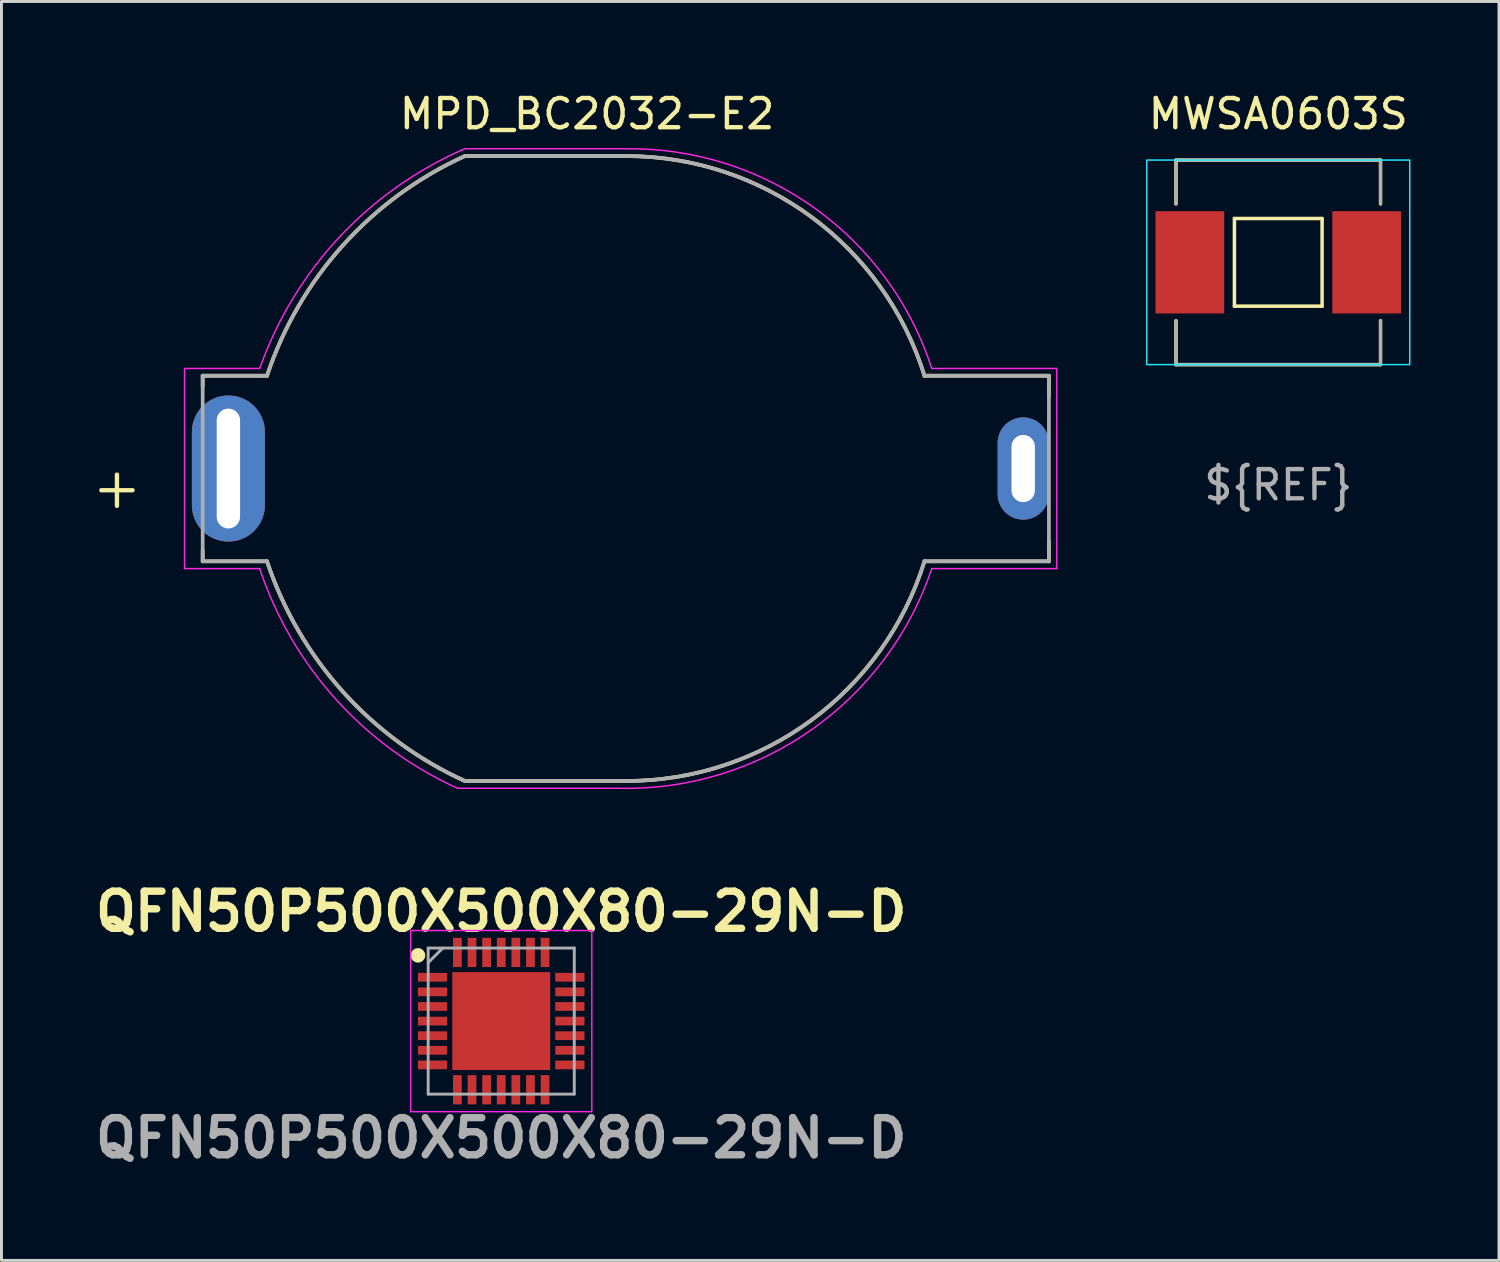
<source format=kicad_pcb>
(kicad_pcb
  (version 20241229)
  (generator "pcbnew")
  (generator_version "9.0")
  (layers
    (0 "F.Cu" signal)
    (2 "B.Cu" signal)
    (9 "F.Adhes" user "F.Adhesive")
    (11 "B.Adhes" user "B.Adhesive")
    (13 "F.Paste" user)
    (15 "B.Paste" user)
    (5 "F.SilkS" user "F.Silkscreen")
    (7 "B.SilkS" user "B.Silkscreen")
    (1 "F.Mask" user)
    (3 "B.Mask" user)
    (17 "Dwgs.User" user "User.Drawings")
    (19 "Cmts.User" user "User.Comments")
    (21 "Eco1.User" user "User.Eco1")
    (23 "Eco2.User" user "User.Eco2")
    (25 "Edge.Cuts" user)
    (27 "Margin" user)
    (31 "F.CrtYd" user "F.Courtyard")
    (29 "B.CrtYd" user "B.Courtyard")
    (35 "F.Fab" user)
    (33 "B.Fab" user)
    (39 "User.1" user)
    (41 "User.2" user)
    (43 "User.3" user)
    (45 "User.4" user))
  (footprint "MWSA0603S"
    (layer "F.Cu")
    (at 40.695 5.928)
    (property "Reference" "MWSA0603S" (at 0 -5.08 0) (unlocked yes) (layer "F.SilkS") (effects (font (size 1 1) (thickness 0.15))))
    (attr smd)
    (fp_line (start -3.5 -3.5) (end 3.5 -3.5) (stroke (width 0.12) (type solid)) (layer "F.SilkS"))
    (fp_line (start -3.5 -2) (end -3.5 -3.5) (stroke (width 0.12) (type solid)) (layer "F.SilkS"))
    (fp_line (start -3.5 2) (end -3.5 3.5) (stroke (width 0.12) (type solid)) (layer "F.SilkS"))
    (fp_line (start -3.5 3.5) (end 3.5 3.5) (stroke (width 0.12) (type solid)) (layer "F.SilkS"))
    (fp_line (start -1.5 -1.5) (end -1.5 1.5) (stroke (width 0.12) (type solid)) (layer "F.SilkS"))
    (fp_line (start -1.5 1.5) (end 1.5 1.5) (stroke (width 0.12) (type solid)) (layer "F.SilkS"))
    (fp_line (start 1.5 -1.5) (end -1.5 -1.5) (stroke (width 0.12) (type solid)) (layer "F.SilkS"))
    (fp_line (start 1.5 1.5) (end 1.5 -1.5) (stroke (width 0.12) (type solid)) (layer "F.SilkS"))
    (fp_line (start 3.5 -3.5) (end 3.5 -2) (stroke (width 0.12) (type solid)) (layer "F.SilkS"))
    (fp_line (start 3.5 3.5) (end 3.5 2) (stroke (width 0.12) (type solid)) (layer "F.SilkS"))
    (fp_rect (start -4.5 -3.5) (end 4.5 3.5) (stroke (width 0.05) (type solid)) (fill no) (layer "B.CrtYd"))
    (fp_line (start -3.5 -3.5) (end 3.5 -3.5) (stroke (width 0.1) (type solid)) (layer "F.Fab"))
    (fp_line (start -3.5 -2) (end -3.5 -3.5) (stroke (width 0.1) (type solid)) (layer "F.Fab"))
    (fp_line (start -3.5 2) (end -3.5 3.5) (stroke (width 0.1) (type solid)) (layer "F.Fab"))
    (fp_line (start -3.5 3.5) (end 3.5 3.5) (stroke (width 0.1) (type solid)) (layer "F.Fab"))
    (fp_line (start 3.5 -3.5) (end 3.5 -2) (stroke (width 0.1) (type solid)) (layer "F.Fab"))
    (fp_line (start 3.5 3.5) (end 3.5 2) (stroke (width 0.1) (type solid)) (layer "F.Fab"))
    (fp_text user "${REF}" (at 0 7.62 0) (unlocked yes) (layer "F.Fab") (effects (font (size 1 1) (thickness 0.15))))
    (pad "1" smd rect (at -3.025 0) (size 2.35 3.5) (layers "F.Cu" "F.Mask" "F.Paste"))
    (pad "2" smd rect (at 3.025 0) (size 2.35 3.5) (layers "F.Cu" "F.Mask" "F.Paste")))
  (footprint "MPD_BC2032-E2"
    (layer "F.Cu")
    (at 18.366 12.984)
    (property "Reference" "MPD_BC2032-E2" (at -1.325 -12.136 0) (layer "F.SilkS") (effects (font (size 1 1) (thickness 0.15))))
    (attr through_hole)
    (fp_line (start -14.48 -3.175) (end -14.48 -2.806) (stroke (width 0.127) (type solid)) (layer "F.SilkS"))
    (fp_line (start -14.48 2.806) (end -14.48 3.175) (stroke (width 0.127) (type solid)) (layer "F.SilkS"))
    (fp_line (start -14.48 3.175) (end -12.278 3.175) (stroke (width 0.127) (type solid)) (layer "F.SilkS"))
    (fp_line (start -12.278 -3.175) (end -14.48 -3.175) (stroke (width 0.127) (type solid)) (layer "F.SilkS"))
    (fp_line (start -5.507 10.693) (end 0.01 10.693) (stroke (width 0.127) (type solid)) (layer "F.SilkS"))
    (fp_line (start 0.01 -10.693) (end -5.507 -10.693) (stroke (width 0.127) (type solid)) (layer "F.SilkS"))
    (fp_line (start 10.222 3.175) (end 14.48 3.175) (stroke (width 0.127) (type solid)) (layer "F.SilkS"))
    (fp_line (start 14.48 -3.175) (end 10.222 -3.175) (stroke (width 0.127) (type solid)) (layer "F.SilkS"))
    (fp_line (start 14.48 -2.487) (end 14.48 -3.175) (stroke (width 0.127) (type solid)) (layer "F.SilkS"))
    (fp_line (start 14.48 3.175) (end 14.48 2.487) (stroke (width 0.127) (type solid)) (layer "F.SilkS"))
    (fp_arc (start -12.278 -3.175) (mid -9.677741 -7.641197) (end -5.50733 -10.6934) (stroke (width 0.127) (type solid)) (layer "F.SilkS"))
    (fp_arc (start -5.50733 10.6934) (mid -9.677741 7.641198) (end -12.278 3.175) (stroke (width 0.127) (type solid)) (layer "F.SilkS"))
    (fp_arc (start 0.010472 -10.6934) (mid 6.350736 -8.611058) (end 10.2217 -3.175) (stroke (width 0.127) (type solid)) (layer "F.SilkS"))
    (fp_arc (start 10.2217 3.175) (mid 6.350736 8.611059) (end 0.010472 10.693401) (stroke (width 0.127) (type solid)) (layer "F.SilkS"))
    (fp_line (start -15.1 -3.425) (end -15.1 3.425) (stroke (width 0.05) (type solid)) (layer "F.CrtYd"))
    (fp_line (start -15.1 3.425) (end -12.528 3.425) (stroke (width 0.05) (type solid)) (layer "F.CrtYd"))
    (fp_line (start -12.528 -3.425) (end -15.1 -3.425) (stroke (width 0.05) (type solid)) (layer "F.CrtYd"))
    (fp_line (start -5.757 10.943) (end -0.24 10.943) (stroke (width 0.05) (type solid)) (layer "F.CrtYd"))
    (fp_line (start 0.01 -10.943) (end -5.507 -10.943) (stroke (width 0.05) (type solid)) (layer "F.CrtYd"))
    (fp_line (start 10.472 3.425) (end 14.75 3.425) (stroke (width 0.05) (type solid)) (layer "F.CrtYd"))
    (fp_line (start 14.75 -3.425) (end 10.472 -3.425) (stroke (width 0.05) (type solid)) (layer "F.CrtYd"))
    (fp_line (start 14.75 3.425) (end 14.75 -3.425) (stroke (width 0.05) (type solid)) (layer "F.CrtYd"))
    (fp_arc (start -12.528 -3.425) (mid -9.802741 -7.917303) (end -5.50733 -10.9434) (stroke (width 0.05) (type solid)) (layer "F.CrtYd"))
    (fp_arc (start -5.75733 10.9434) (mid -9.927741 7.891198) (end -12.528 3.425) (stroke (width 0.05) (type solid)) (layer "F.CrtYd"))
    (fp_arc (start 0.010472 -10.9434) (mid 6.475736 -8.902112) (end 10.4717 -3.425) (stroke (width 0.05) (type solid)) (layer "F.CrtYd"))
    (fp_arc (start 10.4717 3.425) (mid 6.350735 8.943167) (end -0.239529 10.9434) (stroke (width 0.05) (type solid)) (layer "F.CrtYd"))
    (fp_line (start -14.48 -3.175) (end -14.48 3.175) (stroke (width 0.127) (type solid)) (layer "F.Fab"))
    (fp_line (start -14.48 3.175) (end -12.278 3.175) (stroke (width 0.127) (type solid)) (layer "F.Fab"))
    (fp_line (start -12.278 -3.175) (end -14.48 -3.175) (stroke (width 0.127) (type solid)) (layer "F.Fab"))
    (fp_line (start -5.507 10.693) (end 0.01 10.693) (stroke (width 0.127) (type solid)) (layer "F.Fab"))
    (fp_line (start 0.01 -10.693) (end -5.507 -10.693) (stroke (width 0.127) (type solid)) (layer "F.Fab"))
    (fp_line (start 10.222 3.175) (end 14.48 3.175) (stroke (width 0.127) (type solid)) (layer "F.Fab"))
    (fp_line (start 14.48 -3.175) (end 10.222 -3.175) (stroke (width 0.127) (type solid)) (layer "F.Fab"))
    (fp_line (start 14.48 3.175) (end 14.48 -3.175) (stroke (width 0.127) (type solid)) (layer "F.Fab"))
    (fp_arc (start -12.278 -3.175) (mid -9.677741 -7.641197) (end -5.50733 -10.6934) (stroke (width 0.127) (type solid)) (layer "F.Fab"))
    (fp_arc (start -5.50733 10.6934) (mid -9.677741 7.641198) (end -12.278 3.175) (stroke (width 0.127) (type solid)) (layer "F.Fab"))
    (fp_arc (start 0.010472 -10.6934) (mid 6.350736 -8.611058) (end 10.2217 -3.175) (stroke (width 0.127) (type solid)) (layer "F.Fab"))
    (fp_arc (start 10.2217 3.175) (mid 6.350736 8.611059) (end 0.010472 10.693401) (stroke (width 0.127) (type solid)) (layer "F.Fab"))
    (fp_text user "+" (at -17.414 0.636 0) (layer "F.SilkS") (effects (font (size 1.401 1.401) (thickness 0.15))))
    (pad "1" thru_hole oval (at -13.6 0) (size 2.5 5) (drill oval 0.8 4.1) (layers "*.Cu" "*.Mask"))
    (pad "2" thru_hole oval (at 13.6 0) (size 1.75 3.5) (drill oval 0.8 2.3) (layers "*.Cu" "*.Mask")))
  (footprint "QFN50P500X500X80-29N-D"
    (layer "F.Cu")
    (at 14.103 31.894)
    (property "Reference" "QFN50P500X500X80-29N-D" (at 0 -3.75 0) (layer "F.SilkS") (effects (font (size 1.27 1.27) (thickness 0.254))))
    (attr smd)
    (fp_circle (center -2.85 -2.25) (end -2.85 -2.125) (stroke (width 0.25) (type solid)) (fill no) (layer "F.SilkS"))
    (fp_line (start -3.1 -3.1) (end 3.1 -3.1) (stroke (width 0.05) (type solid)) (layer "F.CrtYd"))
    (fp_line (start -3.1 3.1) (end -3.1 -3.1) (stroke (width 0.05) (type solid)) (layer "F.CrtYd"))
    (fp_line (start 3.1 -3.1) (end 3.1 3.1) (stroke (width 0.05) (type solid)) (layer "F.CrtYd"))
    (fp_line (start 3.1 3.1) (end -3.1 3.1) (stroke (width 0.05) (type solid)) (layer "F.CrtYd"))
    (fp_line (start -2.5 -2.5) (end 2.5 -2.5) (stroke (width 0.1) (type solid)) (layer "F.Fab"))
    (fp_line (start -2.5 -2) (end -2 -2.5) (stroke (width 0.1) (type solid)) (layer "F.Fab"))
    (fp_line (start -2.5 2.5) (end -2.5 -2.5) (stroke (width 0.1) (type solid)) (layer "F.Fab"))
    (fp_line (start 2.5 -2.5) (end 2.5 2.5) (stroke (width 0.1) (type solid)) (layer "F.Fab"))
    (fp_line (start 2.5 2.5) (end -2.5 2.5) (stroke (width 0.1) (type solid)) (layer "F.Fab"))
    (fp_text user "${REFERENCE}" (at 0 4 0) (layer "F.Fab") (effects (font (size 1.27 1.27) (thickness 0.254))))
    (pad "1" smd rect (at -2.35 -1.5 90) (size 0.3 1) (layers "F.Cu" "F.Mask" "F.Paste"))
    (pad "2" smd rect (at -2.35 -1 90) (size 0.3 1) (layers "F.Cu" "F.Mask" "F.Paste"))
    (pad "3" smd rect (at -2.35 -0.5 90) (size 0.3 1) (layers "F.Cu" "F.Mask" "F.Paste"))
    (pad "4" smd rect (at -2.35 0 90) (size 0.3 1) (layers "F.Cu" "F.Mask" "F.Paste"))
    (pad "5" smd rect (at -2.35 0.5 90) (size 0.3 1) (layers "F.Cu" "F.Mask" "F.Paste"))
    (pad "6" smd rect (at -2.35 1 90) (size 0.3 1) (layers "F.Cu" "F.Mask" "F.Paste"))
    (pad "7" smd rect (at -2.35 1.5 90) (size 0.3 1) (layers "F.Cu" "F.Mask" "F.Paste"))
    (pad "8" smd rect (at -1.5 2.35) (size 0.3 1) (layers "F.Cu" "F.Mask" "F.Paste"))
    (pad "9" smd rect (at -1 2.35) (size 0.3 1) (layers "F.Cu" "F.Mask" "F.Paste"))
    (pad "10" smd rect (at -0.5 2.35) (size 0.3 1) (layers "F.Cu" "F.Mask" "F.Paste"))
    (pad "11" smd rect (at 0 2.35) (size 0.3 1) (layers "F.Cu" "F.Mask" "F.Paste"))
    (pad "12" smd rect (at 0.5 2.35) (size 0.3 1) (layers "F.Cu" "F.Mask" "F.Paste"))
    (pad "13" smd rect (at 1 2.35) (size 0.3 1) (layers "F.Cu" "F.Mask" "F.Paste"))
    (pad "14" smd rect (at 1.5 2.35) (size 0.3 1) (layers "F.Cu" "F.Mask" "F.Paste"))
    (pad "15" smd rect (at 2.35 1.5 90) (size 0.3 1) (layers "F.Cu" "F.Mask" "F.Paste"))
    (pad "16" smd rect (at 2.35 1 90) (size 0.3 1) (layers "F.Cu" "F.Mask" "F.Paste"))
    (pad "17" smd rect (at 2.35 0.5 90) (size 0.3 1) (layers "F.Cu" "F.Mask" "F.Paste"))
    (pad "18" smd rect (at 2.35 0 90) (size 0.3 1) (layers "F.Cu" "F.Mask" "F.Paste"))
    (pad "19" smd rect (at 2.35 -0.5 90) (size 0.3 1) (layers "F.Cu" "F.Mask" "F.Paste"))
    (pad "20" smd rect (at 2.35 -1 90) (size 0.3 1) (layers "F.Cu" "F.Mask" "F.Paste"))
    (pad "21" smd rect (at 2.35 -1.5 90) (size 0.3 1) (layers "F.Cu" "F.Mask" "F.Paste"))
    (pad "22" smd rect (at 1.5 -2.35) (size 0.3 1) (layers "F.Cu" "F.Mask" "F.Paste"))
    (pad "23" smd rect (at 1 -2.35) (size 0.3 1) (layers "F.Cu" "F.Mask" "F.Paste"))
    (pad "24" smd rect (at 0.5 -2.35) (size 0.3 1) (layers "F.Cu" "F.Mask" "F.Paste"))
    (pad "25" smd rect (at 0 -2.35) (size 0.3 1) (layers "F.Cu" "F.Mask" "F.Paste"))
    (pad "26" smd rect (at -0.5 -2.35) (size 0.3 1) (layers "F.Cu" "F.Mask" "F.Paste"))
    (pad "27" smd rect (at -1 -2.35) (size 0.3 1) (layers "F.Cu" "F.Mask" "F.Paste"))
    (pad "28" smd rect (at -1.5 -2.35) (size 0.3 1) (layers "F.Cu" "F.Mask" "F.Paste"))
    (pad "29" smd rect (at 0 0) (size 3.35 3.35) (layers "F.Cu" "F.Mask" "F.Paste")))
  (gr_rect
    (start -3 -3)
    (end 48.248 40.083)
    (stroke (width 0.1) (type default))
    (fill no)
    (layer "Edge.Cuts")))
</source>
